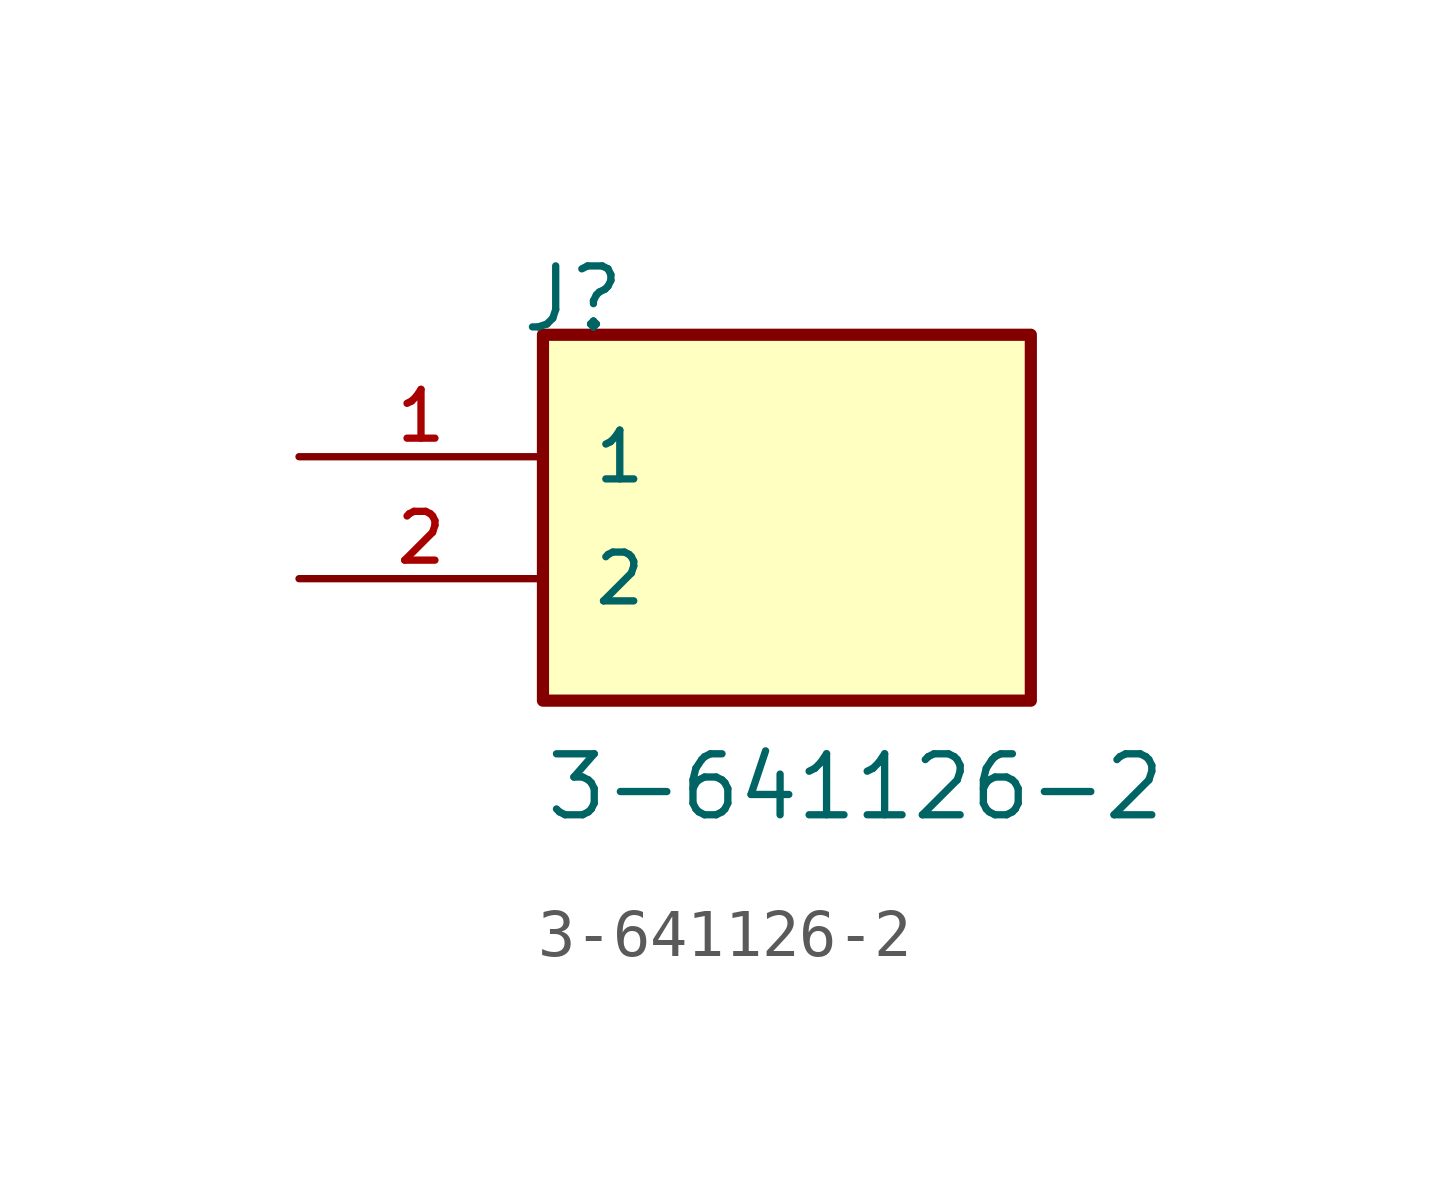
<source format=kicad_sym>
(kicad_symbol_lib
  (version 20211014)
  (generator kicad_symbol_editor)
  (symbol "3-641126-2"
    (pin_names
      (offset 1.016))
    (property "Reference" "J"
      (at -5.58 5.08 0)
      (effects (font (size 1.27 1.27)) (justify bottom left)))
    (property "Value" "3-641126-2"
      (at -5.08 -5.08 0)
      (effects (font (size 1.27 1.27)) (justify bottom left)))
    (symbol "3-641126-2_0_0"
      (rectangle (start -5.08 -2.54) (end 5.08 5.08) (stroke (width 0.254)) (fill (type background)))
      (pin passive line (at -10.16 2.54 0) (length 5.08) (name "1" (effects (font (size 1.016 1.016)))) (number "1" (effects (font (size 1.016 1.016)))))
      (pin passive line (at -10.16 0.0 0) (length 5.08) (name "2" (effects (font (size 1.016 1.016)))) (number "2" (effects (font (size 1.016 1.016))))))))
</source>
